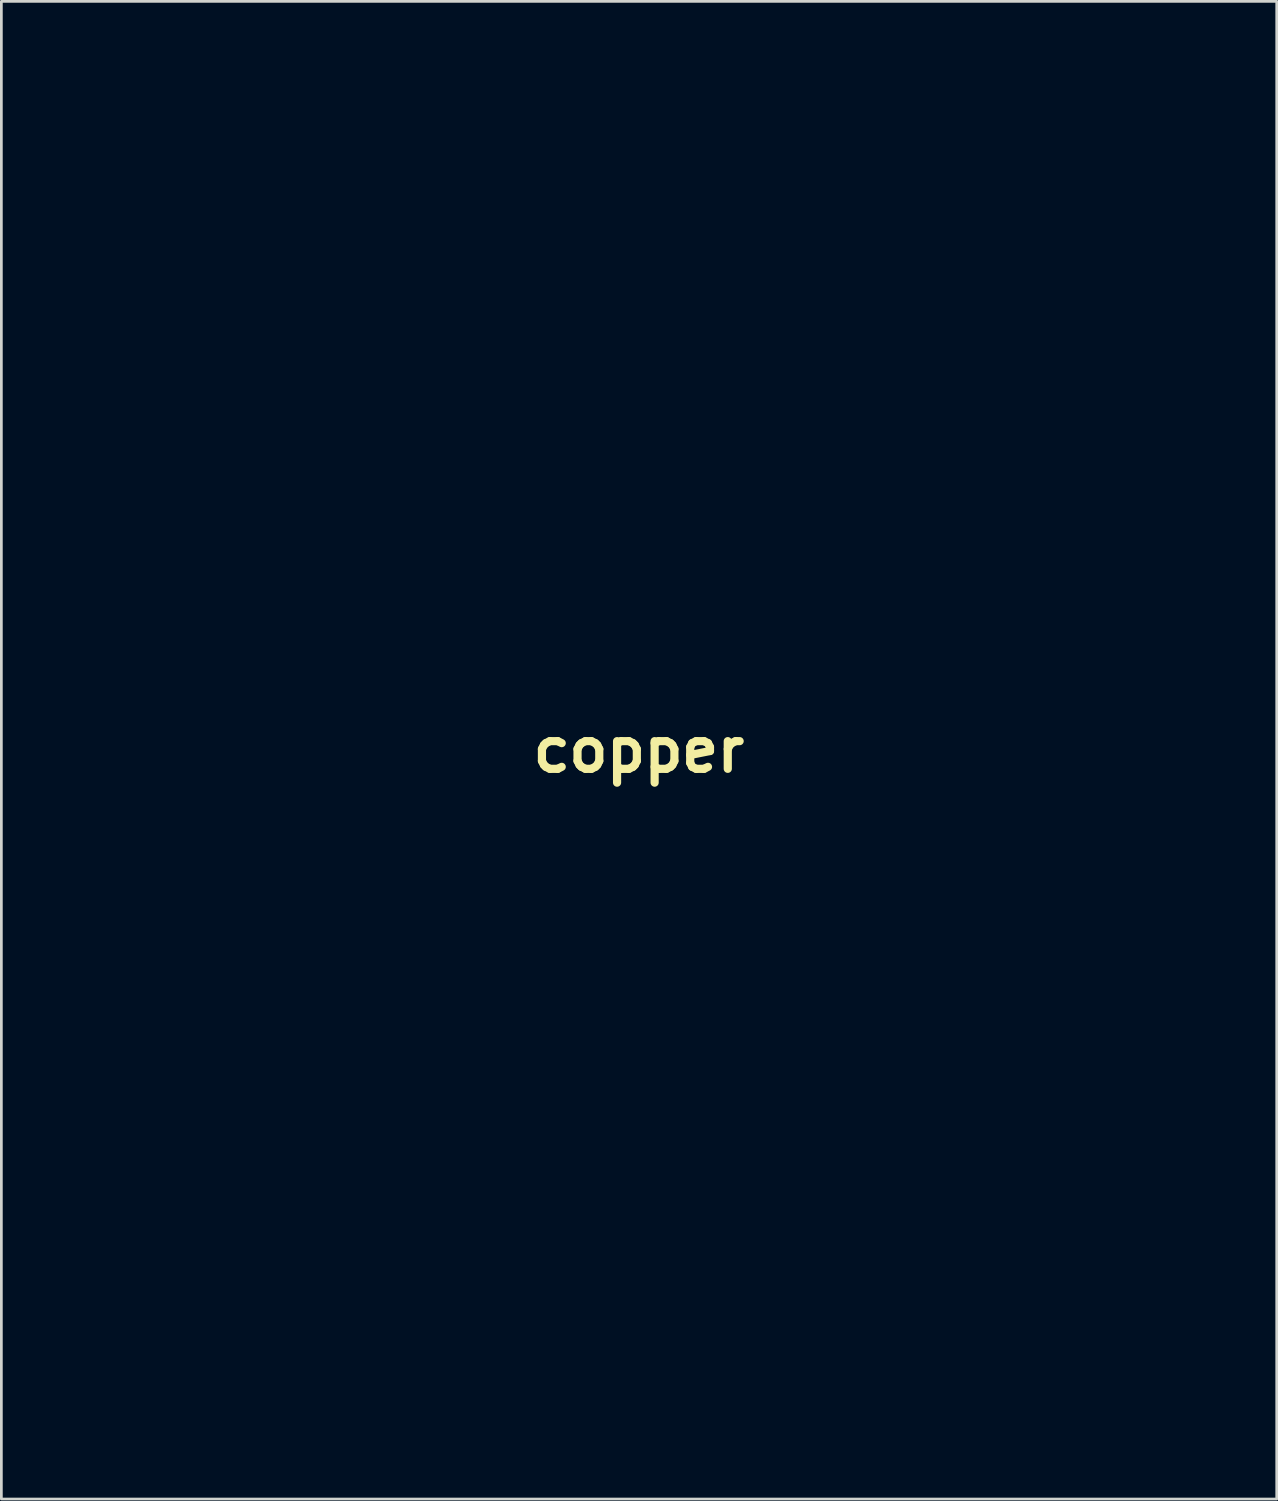
<source format=kicad_pcb>
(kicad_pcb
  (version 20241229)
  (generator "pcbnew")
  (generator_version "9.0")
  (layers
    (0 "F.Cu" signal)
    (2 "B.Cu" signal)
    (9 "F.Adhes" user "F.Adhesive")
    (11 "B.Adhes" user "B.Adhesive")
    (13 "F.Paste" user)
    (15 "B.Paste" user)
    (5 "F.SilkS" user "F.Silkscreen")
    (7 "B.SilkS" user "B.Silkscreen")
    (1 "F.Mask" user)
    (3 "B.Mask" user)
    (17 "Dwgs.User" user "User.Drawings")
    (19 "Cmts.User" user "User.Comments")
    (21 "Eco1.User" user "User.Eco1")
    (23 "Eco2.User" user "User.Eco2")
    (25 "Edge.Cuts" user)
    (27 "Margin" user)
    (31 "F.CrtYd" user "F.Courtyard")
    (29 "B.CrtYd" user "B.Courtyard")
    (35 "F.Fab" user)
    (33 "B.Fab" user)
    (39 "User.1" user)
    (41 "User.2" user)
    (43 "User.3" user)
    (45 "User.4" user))
  (footprint "copper"
    (layer "F.Cu")
    (at 20.4 24.483)
    (property "Reference" "copper" (at 0 0 0) (layer "F.SilkS") (effects (font (size 1.524 1.524) (thickness 0.3))))
    (attr through_hole)
    (fp_poly (pts (xy 0.504 19.436) (xy 0.992 19.436) (xy 1.471 19.436) (xy 1.939 19.436) (xy 2.395 19.436) (xy 2.838 19.436) (xy 3.267 19.437) (xy 3.681 19.437) (xy 4.079 19.438) (xy 4.459 19.438) (xy 4.821 19.439) (xy 5.163 19.439) (xy 5.485 19.44) (xy 5.785 19.44) (xy 6.062 19.441) (xy 6.315 19.442) (xy 6.544 19.442) (xy 6.746 19.443) (xy 6.921 19.444) (xy 7.068 19.445) (xy 7.186 19.446) (xy 7.273 19.446) (xy 7.329 19.447) (xy 7.352 19.448) (xy 7.352 19.448) (xy 7.346 19.465) (xy 7.328 19.512) (xy 7.298 19.586) (xy 7.258 19.688) (xy 7.208 19.813) (xy 7.148 19.962) (xy 7.08 20.133) (xy 7.004 20.323) (xy 6.921 20.531) (xy 6.831 20.755) (xy 6.736 20.994) (xy 6.635 21.246) (xy 6.529 21.509) (xy 6.42 21.781) (xy 6.348 21.96) (xy 5.346 24.46) (xy 1.925 24.46) (xy 0.975 22.083) (xy 0.867 21.812) (xy 0.762 21.55) (xy 0.661 21.299) (xy 0.564 21.059) (xy 0.473 20.833) (xy 0.388 20.623) (xy 0.31 20.43) (xy 0.239 20.256) (xy 0.176 20.103) (xy 0.122 19.972) (xy 0.078 19.866) (xy 0.044 19.785) (xy 0.021 19.732) (xy 0.009 19.708) (xy 0.008 19.707) (xy 0.000362 19.723) (xy -0.02 19.768) (xy -0.051 19.841) (xy -0.092 19.941) (xy -0.143 20.065) (xy -0.204 20.212) (xy -0.272 20.38) (xy -0.349 20.568) (xy -0.432 20.774) (xy -0.522 20.995) (xy -0.617 21.231) (xy -0.717 21.48) (xy -0.821 21.739) (xy -0.928 22.008) (xy -0.958 22.083) (xy -1.908 24.46) (xy -3.614 24.464) (xy -3.892 24.465) (xy -4.139 24.465) (xy -4.355 24.465) (xy -4.544 24.466) (xy -4.706 24.465) (xy -4.844 24.465) (xy -4.961 24.464) (xy -5.057 24.463) (xy -5.135 24.462) (xy -5.196 24.46) (xy -5.243 24.458) (xy -5.278 24.456) (xy -5.303 24.453) (xy -5.319 24.449) (xy -5.329 24.445) (xy -5.334 24.44) (xy -5.335 24.438) (xy -5.343 24.421) (xy -5.362 24.374) (xy -5.392 24.3) (xy -5.432 24.2) (xy -5.481 24.077) (xy -5.539 23.933) (xy -5.605 23.77) (xy -5.677 23.59) (xy -5.756 23.394) (xy -5.839 23.186) (xy -5.927 22.966) (xy -6.019 22.738) (xy -6.113 22.502) (xy -6.21 22.262) (xy -6.307 22.019) (xy -6.405 21.775) (xy -6.502 21.533) (xy -6.598 21.294) (xy -6.692 21.06) (xy -6.782 20.833) (xy -6.869 20.617) (xy -6.951 20.411) (xy -7.028 20.22) (xy -7.098 20.044) (xy -7.162 19.885) (xy -7.217 19.746) (xy -7.264 19.629) (xy -7.301 19.536) (xy -7.327 19.469) (xy -7.332 19.457) (xy -7.327 19.455) (xy -7.31 19.453) (xy -7.279 19.452) (xy -7.235 19.45) (xy -7.176 19.449) (xy -7.102 19.447) (xy -7.012 19.446) (xy -6.904 19.445) (xy -6.778 19.444) (xy -6.634 19.443) (xy -6.471 19.442) (xy -6.287 19.441) (xy -6.082 19.44) (xy -5.855 19.44) (xy -5.605 19.439) (xy -5.332 19.438) (xy -5.035 19.438) (xy -4.713 19.437) (xy -4.364 19.437) (xy -3.989 19.437) (xy -3.586 19.436) (xy -3.155 19.436) (xy -2.695 19.436) (xy -2.205 19.436) (xy -1.685 19.436) (xy -1.132 19.436) (xy -0.547 19.436) (xy 0.007 19.435) (xy 0.504 19.436)) (stroke (width 0.01) (type solid)) (fill yes) (layer "F.Mask"))
    (fp_poly (pts (xy 17.038 -1.794) (xy 17.295 -1.437) (xy 17.547 -1.087) (xy 17.793 -0.744) (xy 18.033 -0.411) (xy 18.265 -0.088) (xy 18.49 0.225) (xy 18.706 0.525) (xy 18.912 0.812) (xy 19.108 1.086) (xy 19.294 1.344) (xy 19.467 1.587) (xy 19.629 1.812) (xy 19.777 2.019) (xy 19.912 2.208) (xy 20.033 2.376) (xy 20.138 2.523) (xy 20.227 2.648) (xy 20.299 2.751) (xy 20.355 2.829) (xy 20.392 2.882) (xy 20.41 2.909) (xy 20.412 2.912) (xy 20.406 2.929) (xy 20.388 2.977) (xy 20.358 3.054) (xy 20.316 3.161) (xy 20.263 3.296) (xy 20.199 3.458) (xy 20.125 3.647) (xy 20.04 3.862) (xy 19.945 4.102) (xy 19.84 4.366) (xy 19.726 4.653) (xy 19.602 4.963) (xy 19.47 5.294) (xy 19.33 5.647) (xy 19.182 6.02) (xy 19.025 6.412) (xy 18.862 6.823) (xy 18.691 7.251) (xy 18.513 7.696) (xy 18.329 8.158) (xy 18.139 8.635) (xy 17.943 9.126) (xy 17.741 9.631) (xy 17.534 10.149) (xy 17.323 10.679) (xy 17.106 11.22) (xy 16.886 11.771) (xy 16.661 12.333) (xy 16.433 12.903) (xy 16.202 13.481) (xy 16.109 13.714) (xy 11.799 24.489) (xy 11.764 24.432) (xy 11.753 24.412) (xy 11.726 24.364) (xy 11.683 24.29) (xy 11.626 24.189) (xy 11.555 24.064) (xy 11.471 23.916) (xy 11.374 23.746) (xy 11.266 23.555) (xy 11.147 23.345) (xy 11.018 23.117) (xy 10.879 22.872) (xy 10.731 22.611) (xy 10.575 22.336) (xy 10.412 22.048) (xy 10.242 21.748) (xy 10.066 21.437) (xy 9.885 21.117) (xy 9.699 20.789) (xy 9.6 20.616) (xy 7.471 16.856) (xy 9.999 10.535) (xy 10.212 10.003) (xy 10.413 9.501) (xy 10.602 9.028) (xy 10.779 8.585) (xy 10.945 8.169) (xy 11.101 7.78) (xy 11.245 7.417) (xy 11.38 7.08) (xy 11.505 6.766) (xy 11.621 6.476) (xy 11.727 6.209) (xy 11.825 5.963) (xy 11.915 5.737) (xy 11.996 5.532) (xy 12.07 5.345) (xy 12.137 5.176) (xy 12.196 5.024) (xy 12.249 4.888) (xy 12.296 4.768) (xy 12.337 4.662) (xy 12.373 4.569) (xy 12.404 4.489) (xy 12.429 4.42) (xy 12.45 4.362) (xy 12.468 4.314) (xy 12.481 4.275) (xy 12.491 4.244) (xy 12.498 4.22) (xy 12.502 4.202) (xy 12.505 4.19) (xy 12.505 4.182) (xy 12.503 4.177) (xy 12.491 4.16) (xy 12.46 4.116) (xy 12.412 4.048) (xy 12.346 3.956) (xy 12.264 3.842) (xy 12.167 3.706) (xy 12.056 3.551) (xy 11.931 3.378) (xy 11.795 3.187) (xy 11.647 2.981) (xy 11.488 2.76) (xy 11.32 2.525) (xy 11.143 2.279) (xy 10.959 2.022) (xy 10.768 1.756) (xy 10.571 1.482) (xy 10.421 1.273) (xy 10.221 0.994) (xy 10.026 0.723) (xy 9.837 0.46) (xy 9.655 0.206) (xy 9.481 -0.036) (xy 9.317 -0.265) (xy 9.162 -0.481) (xy 9.018 -0.682) (xy 8.886 -0.867) (xy 8.766 -1.034) (xy 8.66 -1.183) (xy 8.568 -1.311) (xy 8.492 -1.418) (xy 8.432 -1.502) (xy 8.39 -1.562) (xy 8.365 -1.597) (xy 8.359 -1.606) (xy 8.371 -1.618) (xy 8.407 -1.651) (xy 8.465 -1.705) (xy 8.543 -1.778) (xy 8.641 -1.869) (xy 8.757 -1.976) (xy 8.89 -2.098) (xy 9.037 -2.234) (xy 9.199 -2.383) (xy 9.372 -2.543) (xy 9.557 -2.712) (xy 9.751 -2.891) (xy 9.953 -3.076) (xy 10.162 -3.268) (xy 10.376 -3.465) (xy 10.594 -3.665) (xy 10.815 -3.867) (xy 11.036 -4.07) (xy 11.257 -4.272) (xy 11.476 -4.473) (xy 11.692 -4.671) (xy 11.904 -4.865) (xy 12.109 -5.053) (xy 12.308 -5.234) (xy 12.497 -5.408) (xy 12.676 -5.571) (xy 12.843 -5.724) (xy 12.997 -5.865) (xy 13.137 -5.992) (xy 13.261 -6.105) (xy 13.368 -6.202) (xy 13.456 -6.282) (xy 13.523 -6.343) (xy 13.57 -6.384) (xy 13.578 -6.392) (xy 13.67 -6.473) (xy 17.038 -1.794)) (stroke (width 0.01) (type solid)) (fill yes) (layer "F.Mask"))
    (fp_poly (pts (xy -13.659 -6.45) (xy -13.642 -6.438) (xy -13.613 -6.416) (xy -13.573 -6.383) (xy -13.52 -6.337) (xy -13.453 -6.279) (xy -13.372 -6.208) (xy -13.276 -6.122) (xy -13.164 -6.022) (xy -13.035 -5.906) (xy -12.888 -5.774) (xy -12.723 -5.624) (xy -12.539 -5.457) (xy -12.335 -5.271) (xy -12.11 -5.065) (xy -11.863 -4.84) (xy -11.594 -4.594) (xy -11.301 -4.327) (xy -10.996 -4.047) (xy -10.741 -3.813) (xy -10.492 -3.585) (xy -10.25 -3.365) (xy -10.018 -3.152) (xy -9.796 -2.949) (xy -9.586 -2.755) (xy -9.387 -2.574) (xy -9.203 -2.404) (xy -9.033 -2.248) (xy -8.878 -2.107) (xy -8.741 -1.981) (xy -8.623 -1.871) (xy -8.523 -1.78) (xy -8.444 -1.707) (xy -8.387 -1.654) (xy -8.352 -1.622) (xy -8.341 -1.611) (xy -8.351 -1.597) (xy -8.379 -1.556) (xy -8.425 -1.49) (xy -8.489 -1.401) (xy -8.568 -1.289) (xy -8.663 -1.156) (xy -8.772 -1.003) (xy -8.894 -0.832) (xy -9.029 -0.643) (xy -9.175 -0.439) (xy -9.332 -0.219) (xy -9.499 0.013) (xy -9.675 0.259) (xy -9.859 0.514) (xy -10.049 0.78) (xy -10.246 1.054) (xy -10.414 1.288) (xy -10.615 1.568) (xy -10.812 1.841) (xy -11.001 2.105) (xy -11.184 2.36) (xy -11.359 2.604) (xy -11.525 2.835) (xy -11.681 3.053) (xy -11.827 3.255) (xy -11.96 3.442) (xy -12.081 3.611) (xy -12.189 3.761) (xy -12.282 3.892) (xy -12.36 4.001) (xy -12.422 4.087) (xy -12.466 4.15) (xy -12.492 4.187) (xy -12.5 4.198) (xy -12.494 4.215) (xy -12.476 4.262) (xy -12.447 4.339) (xy -12.406 4.444) (xy -12.354 4.577) (xy -12.292 4.735) (xy -12.219 4.919) (xy -12.137 5.126) (xy -12.046 5.357) (xy -11.946 5.61) (xy -11.837 5.883) (xy -11.721 6.177) (xy -11.597 6.489) (xy -11.465 6.819) (xy -11.327 7.166) (xy -11.183 7.528) (xy -11.033 7.905) (xy -10.877 8.295) (xy -10.716 8.698) (xy -10.551 9.112) (xy -10.381 9.537) (xy -10.208 9.971) (xy -10.031 10.413) (xy -9.981 10.537) (xy -7.454 16.856) (xy -9.608 20.658) (xy -9.796 20.991) (xy -9.981 21.316) (xy -10.16 21.632) (xy -10.333 21.938) (xy -10.501 22.233) (xy -10.661 22.515) (xy -10.813 22.783) (xy -10.956 23.036) (xy -11.091 23.273) (xy -11.215 23.492) (xy -11.329 23.692) (xy -11.432 23.873) (xy -11.522 24.032) (xy -11.6 24.168) (xy -11.664 24.281) (xy -11.714 24.369) (xy -11.749 24.43) (xy -11.769 24.464) (xy -11.773 24.471) (xy -11.78 24.456) (xy -11.799 24.411) (xy -11.83 24.335) (xy -11.873 24.23) (xy -11.927 24.098) (xy -11.992 23.937) (xy -12.067 23.751) (xy -12.153 23.538) (xy -12.249 23.3) (xy -12.355 23.038) (xy -12.47 22.752) (xy -12.593 22.444) (xy -12.726 22.115) (xy -12.867 21.764) (xy -13.016 21.392) (xy -13.173 21.002) (xy -13.337 20.593) (xy -13.508 20.166) (xy -13.686 19.722) (xy -13.871 19.262) (xy -14.062 18.786) (xy -14.258 18.296) (xy -14.46 17.792) (xy -14.667 17.275) (xy -14.879 16.746) (xy -15.095 16.206) (xy -15.316 15.654) (xy -15.54 15.094) (xy -15.768 14.524) (xy -15.999 13.946) (xy -16.095 13.707) (xy -16.343 13.087) (xy -16.586 12.479) (xy -16.824 11.883) (xy -17.057 11.3) (xy -17.285 10.73) (xy -17.507 10.174) (xy -17.723 9.633) (xy -17.933 9.107) (xy -18.136 8.598) (xy -18.332 8.106) (xy -18.522 7.631) (xy -18.703 7.175) (xy -18.878 6.738) (xy -19.044 6.321) (xy -19.202 5.924) (xy -19.351 5.548) (xy -19.492 5.194) (xy -19.624 4.863) (xy -19.746 4.555) (xy -19.858 4.271) (xy -19.961 4.012) (xy -20.054 3.778) (xy -20.136 3.571) (xy -20.207 3.39) (xy -20.267 3.236) (xy -20.316 3.111) (xy -20.354 3.015) (xy -20.379 2.948) (xy -20.393 2.912) (xy -20.395 2.905) (xy -20.384 2.889) (xy -20.355 2.848) (xy -20.308 2.781) (xy -20.243 2.691) (xy -20.162 2.578) (xy -20.066 2.443) (xy -19.955 2.289) (xy -19.831 2.115) (xy -19.694 1.924) (xy -19.545 1.716) (xy -19.385 1.493) (xy -19.214 1.256) (xy -19.035 1.006) (xy -18.847 0.745) (xy -18.652 0.473) (xy -18.45 0.192) (xy -18.242 -0.097) (xy -18.03 -0.393) (xy -17.813 -0.694) (xy -17.593 -1) (xy -17.372 -1.308) (xy -17.148 -1.619) (xy -16.925 -1.93) (xy -16.702 -2.24) (xy -16.48 -2.549) (xy -16.26 -2.854) (xy -16.043 -3.155) (xy -15.83 -3.451) (xy -15.622 -3.74) (xy -15.42 -4.021) (xy -15.224 -4.293) (xy -15.036 -4.554) (xy -14.856 -4.804) (xy -14.685 -5.041) (xy -14.525 -5.264) (xy -14.375 -5.472) (xy -14.237 -5.663) (xy -14.112 -5.837) (xy -14.001 -5.991) (xy -13.904 -6.126) (xy -13.822 -6.239) (xy -13.756 -6.329) (xy -13.708 -6.395) (xy -13.678 -6.437) (xy -13.666 -6.452) (xy -13.659 -6.45)) (stroke (width 0.01) (type solid)) (fill yes) (layer "F.Mask"))
    (fp_poly (pts (xy -19.652 -24.473) (xy -19.604 -24.457) (xy -19.527 -24.431) (xy -19.419 -24.395) (xy -19.284 -24.349) (xy -19.12 -24.293) (xy -18.93 -24.229) (xy -18.713 -24.155) (xy -18.472 -24.073) (xy -18.206 -23.982) (xy -17.917 -23.883) (xy -17.605 -23.777) (xy -17.272 -23.663) (xy -16.918 -23.542) (xy -16.544 -23.414) (xy -16.151 -23.28) (xy -15.74 -23.139) (xy -15.311 -22.993) (xy -14.867 -22.841) (xy -14.406 -22.683) (xy -13.931 -22.52) (xy -13.442 -22.353) (xy -12.94 -22.181) (xy -12.426 -22.005) (xy -11.901 -21.825) (xy -11.365 -21.642) (xy -10.82 -21.455) (xy -10.266 -21.265) (xy -9.843 -21.121) (xy -9.283 -20.929) (xy -8.731 -20.74) (xy -8.188 -20.554) (xy -7.655 -20.371) (xy -7.131 -20.192) (xy -6.62 -20.017) (xy -6.12 -19.846) (xy -5.634 -19.679) (xy -5.161 -19.518) (xy -4.704 -19.361) (xy -4.262 -19.21) (xy -3.837 -19.065) (xy -3.429 -18.925) (xy -3.04 -18.792) (xy -2.67 -18.666) (xy -2.319 -18.546) (xy -1.99 -18.434) (xy -1.683 -18.329) (xy -1.398 -18.232) (xy -1.137 -18.143) (xy -0.901 -18.063) (xy -0.689 -17.991) (xy -0.504 -17.928) (xy -0.346 -17.874) (xy -0.216 -17.83) (xy -0.115 -17.796) (xy -0.043 -17.772) (xy -0.002 -17.759) (xy 0.008 -17.756) (xy 0.026 -17.761) (xy 0.075 -17.777) (xy 0.155 -17.804) (xy 0.263 -17.841) (xy 0.401 -17.887) (xy 0.566 -17.943) (xy 0.758 -18.008) (xy 0.976 -18.082) (xy 1.218 -18.165) (xy 1.486 -18.256) (xy 1.776 -18.355) (xy 2.089 -18.461) (xy 2.424 -18.576) (xy 2.779 -18.697) (xy 3.154 -18.825) (xy 3.548 -18.96) (xy 3.961 -19.1) (xy 4.39 -19.247) (xy 4.836 -19.4) (xy 5.297 -19.558) (xy 5.773 -19.72) (xy 6.263 -19.888) (xy 6.766 -20.06) (xy 7.281 -20.236) (xy 7.807 -20.416) (xy 8.343 -20.6) (xy 8.888 -20.787) (xy 9.442 -20.976) (xy 9.861 -21.12) (xy 10.42 -21.312) (xy 10.972 -21.501) (xy 11.515 -21.687) (xy 12.048 -21.869) (xy 12.571 -22.048) (xy 13.082 -22.223) (xy 13.581 -22.394) (xy 14.067 -22.56) (xy 14.538 -22.722) (xy 14.995 -22.878) (xy 15.436 -23.029) (xy 15.86 -23.174) (xy 16.267 -23.313) (xy 16.655 -23.446) (xy 17.024 -23.572) (xy 17.373 -23.691) (xy 17.701 -23.803) (xy 18.008 -23.908) (xy 18.291 -24.004) (xy 18.551 -24.093) (xy 18.786 -24.173) (xy 18.996 -24.245) (xy 19.18 -24.307) (xy 19.337 -24.361) (xy 19.466 -24.404) (xy 19.566 -24.438) (xy 19.636 -24.462) (xy 19.676 -24.475) (xy 19.686 -24.478) (xy 19.677 -24.463) (xy 19.65 -24.422) (xy 19.605 -24.354) (xy 19.543 -24.26) (xy 19.465 -24.142) (xy 19.37 -23.999) (xy 19.261 -23.834) (xy 19.137 -23.647) (xy 18.998 -23.438) (xy 18.846 -23.21) (xy 18.681 -22.961) (xy 18.504 -22.695) (xy 18.315 -22.41) (xy 18.114 -22.109) (xy 17.903 -21.791) (xy 17.682 -21.459) (xy 17.451 -21.112) (xy 17.211 -20.752) (xy 16.963 -20.38) (xy 16.708 -19.996) (xy 16.445 -19.601) (xy 16.175 -19.197) (xy 15.899 -18.783) (xy 15.618 -18.361) (xy 15.333 -17.932) (xy 15.296 -17.878) (xy 10.9 -11.284) (xy 10.845 -11.411) (xy 10.815 -11.475) (xy 10.773 -11.557) (xy 10.725 -11.649) (xy 10.676 -11.738) (xy 10.671 -11.746) (xy 10.453 -12.097) (xy 10.21 -12.426) (xy 9.944 -12.731) (xy 9.658 -13.012) (xy 9.351 -13.267) (xy 9.026 -13.496) (xy 8.685 -13.698) (xy 8.328 -13.872) (xy 7.958 -14.017) (xy 7.575 -14.132) (xy 7.182 -14.217) (xy 6.779 -14.269) (xy 6.583 -14.283) (xy 6.167 -14.287) (xy 5.76 -14.259) (xy 5.36 -14.198) (xy 4.968 -14.103) (xy 4.582 -13.976) (xy 4.202 -13.815) (xy 4.101 -13.766) (xy 3.746 -13.571) (xy 3.411 -13.35) (xy 3.097 -13.105) (xy 2.805 -12.837) (xy 2.537 -12.547) (xy 2.293 -12.238) (xy 2.074 -11.912) (xy 1.881 -11.569) (xy 1.716 -11.213) (xy 1.58 -10.843) (xy 1.473 -10.463) (xy 1.396 -10.073) (xy 1.351 -9.676) (xy 1.339 -9.328) (xy 1.356 -8.916) (xy 1.405 -8.51) (xy 1.487 -8.112) (xy 1.601 -7.723) (xy 1.745 -7.345) (xy 1.92 -6.98) (xy 2.125 -6.629) (xy 2.358 -6.293) (xy 2.621 -5.975) (xy 2.764 -5.821) (xy 2.95 -5.629) (xy 1.479 -2.687) (xy 0.008 0.254) (xy -1.462 -2.687) (xy -2.933 -5.629) (xy -2.747 -5.821) (xy -2.469 -6.132) (xy -2.219 -6.46) (xy -1.999 -6.804) (xy -1.809 -7.165) (xy -1.65 -7.54) (xy -1.52 -7.929) (xy -1.466 -8.133) (xy -1.385 -8.538) (xy -1.337 -8.941) (xy -1.322 -9.343) (xy -1.34 -9.741) (xy -1.389 -10.134) (xy -1.469 -10.521) (xy -1.581 -10.899) (xy -1.722 -11.268) (xy -1.894 -11.625) (xy -2.094 -11.97) (xy -2.324 -12.301) (xy -2.582 -12.616) (xy -2.867 -12.913) (xy -3.152 -13.169) (xy -3.384 -13.348) (xy -3.642 -13.52) (xy -3.919 -13.681) (xy -4.206 -13.826) (xy -4.497 -13.952) (xy -4.782 -14.055) (xy -4.856 -14.078) (xy -5.254 -14.179) (xy -5.654 -14.247) (xy -6.053 -14.283) (xy -6.452 -14.288) (xy -6.847 -14.261) (xy -7.237 -14.203) (xy -7.62 -14.115) (xy -7.994 -13.997) (xy -8.358 -13.85) (xy -8.71 -13.675) (xy -9.047 -13.472) (xy -9.369 -13.241) (xy -9.674 -12.983) (xy -9.959 -12.698) (xy -10.123 -12.512) (xy -10.266 -12.331) (xy -10.406 -12.138) (xy -10.538 -11.94) (xy -10.657 -11.744) (xy -10.759 -11.557) (xy -10.828 -11.411) (xy -10.883 -11.284) (xy -15.279 -17.878) (xy -15.566 -18.308) (xy -15.847 -18.73) (xy -16.124 -19.145) (xy -16.394 -19.551) (xy -16.658 -19.947) (xy -16.915 -20.332) (xy -17.164 -20.706) (xy -17.404 -21.068) (xy -17.636 -21.416) (xy -17.859 -21.75) (xy -18.071 -22.07) (xy -18.273 -22.373) (xy -18.464 -22.66) (xy -18.643 -22.929) (xy -18.809 -23.179) (xy -18.963 -23.411) (xy -19.103 -23.622) (xy -19.229 -23.812) (xy -19.34 -23.98) (xy -19.436 -24.125) (xy -19.517 -24.247) (xy -19.581 -24.344) (xy -19.628 -24.415) (xy -19.657 -24.46) (xy -19.668 -24.478) (xy -19.668 -24.478) (xy -19.652 -24.473)) (stroke (width 0.01) (type solid)) (fill yes) (layer "F.Mask")))
  (gr_rect
    (start -3 -3)
    (end 43.817 51.977)
    (stroke (width 0.1) (type default))
    (fill no)
    (layer "Edge.Cuts")))
</source>
